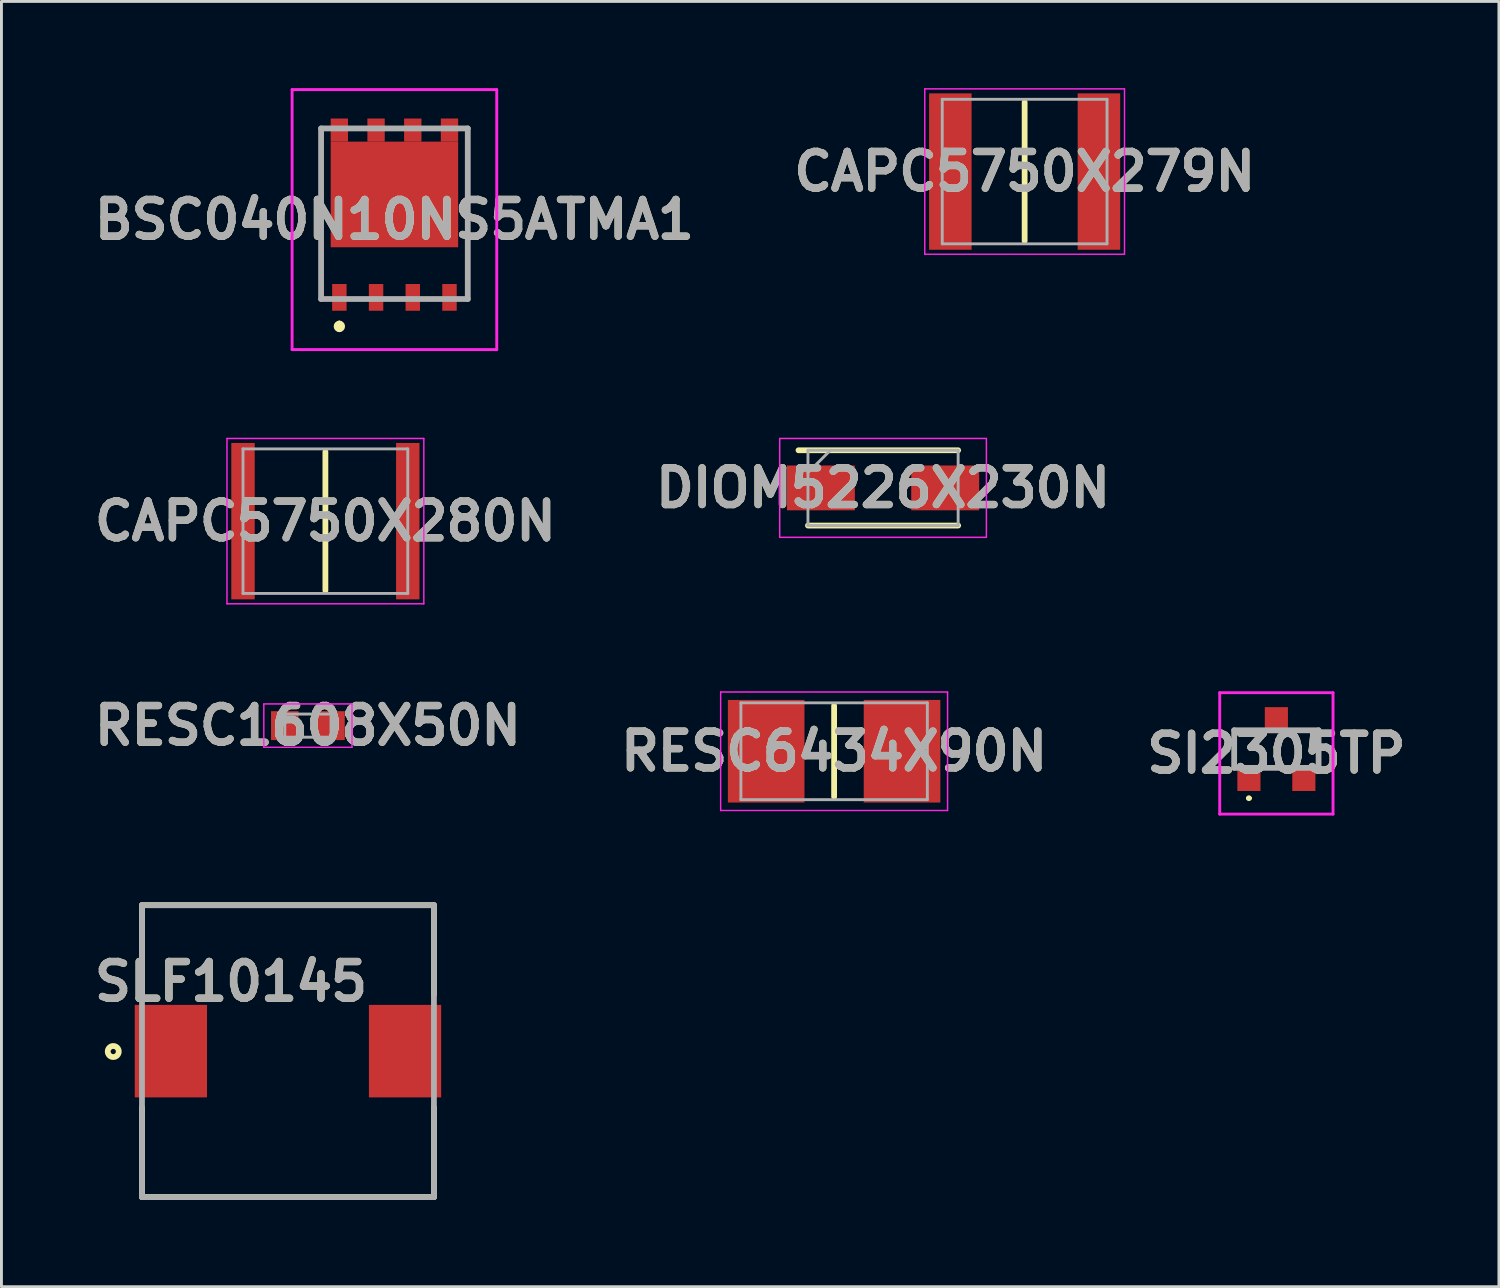
<source format=kicad_pcb>
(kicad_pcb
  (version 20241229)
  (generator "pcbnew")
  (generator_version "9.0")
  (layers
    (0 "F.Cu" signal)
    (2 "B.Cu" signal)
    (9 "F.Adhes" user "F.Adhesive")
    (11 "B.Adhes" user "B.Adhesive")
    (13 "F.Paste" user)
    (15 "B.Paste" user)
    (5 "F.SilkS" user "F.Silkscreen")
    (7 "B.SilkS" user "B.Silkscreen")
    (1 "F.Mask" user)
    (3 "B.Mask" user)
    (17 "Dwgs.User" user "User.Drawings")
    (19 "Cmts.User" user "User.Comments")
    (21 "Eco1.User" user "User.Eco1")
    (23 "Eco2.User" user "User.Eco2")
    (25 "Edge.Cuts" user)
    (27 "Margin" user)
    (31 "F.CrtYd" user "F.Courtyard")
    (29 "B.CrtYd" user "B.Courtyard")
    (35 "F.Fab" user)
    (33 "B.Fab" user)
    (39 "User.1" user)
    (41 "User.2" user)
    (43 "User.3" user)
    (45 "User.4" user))
  (footprint "RESC6434X90N"
    (layer "F.Cu")
    (at 25.806 22.939)
    (property "Reference" "RESC6434X90N" (at 0 0 0) (layer "F.SilkS") (effects (font (size 1.27 1.27) (thickness 0.254))))
    (attr smd)
    (fp_line (start 0 -1.575) (end 0 1.575) (stroke (width 0.2) (type solid)) (layer "F.SilkS"))
    (fp_line (start -3.925 -2.05) (end 3.925 -2.05) (stroke (width 0.05) (type solid)) (layer "F.CrtYd"))
    (fp_line (start -3.925 2.05) (end -3.925 -2.05) (stroke (width 0.05) (type solid)) (layer "F.CrtYd"))
    (fp_line (start 3.925 -2.05) (end 3.925 2.05) (stroke (width 0.05) (type solid)) (layer "F.CrtYd"))
    (fp_line (start 3.925 2.05) (end -3.925 2.05) (stroke (width 0.05) (type solid)) (layer "F.CrtYd"))
    (fp_line (start -3.225 -1.675) (end 3.225 -1.675) (stroke (width 0.1) (type solid)) (layer "F.Fab"))
    (fp_line (start -3.225 1.675) (end -3.225 -1.675) (stroke (width 0.1) (type solid)) (layer "F.Fab"))
    (fp_line (start 3.225 -1.675) (end 3.225 1.675) (stroke (width 0.1) (type solid)) (layer "F.Fab"))
    (fp_line (start 3.225 1.675) (end -3.225 1.675) (stroke (width 0.1) (type solid)) (layer "F.Fab"))
    (fp_text user "${REFERENCE}" (at 0 0 0) (layer "F.Fab") (effects (font (size 1.27 1.27) (thickness 0.254))))
    (pad "1" smd rect (at -2.35 0) (size 2.65 3.55) (layers "F.Cu" "F.Mask" "F.Paste"))
    (pad "2" smd rect (at 2.35 0) (size 2.65 3.55) (layers "F.Cu" "F.Mask" "F.Paste")))
  (footprint "CAPC5750X280N"
    (layer "F.Cu")
    (at 8.207 14.979)
    (property "Reference" "CAPC5750X280N" (at 0 0 0) (layer "F.SilkS") (effects (font (size 1.27 1.27) (thickness 0.254))))
    (attr smd)
    (fp_line (start 0 -2.4) (end 0 2.4) (stroke (width 0.2) (type solid)) (layer "F.SilkS"))
    (fp_line (start -3.405 -2.86) (end 3.405 -2.86) (stroke (width 0.05) (type solid)) (layer "F.CrtYd"))
    (fp_line (start -3.405 2.86) (end -3.405 -2.86) (stroke (width 0.05) (type solid)) (layer "F.CrtYd"))
    (fp_line (start 3.405 -2.86) (end 3.405 2.86) (stroke (width 0.05) (type solid)) (layer "F.CrtYd"))
    (fp_line (start 3.405 2.86) (end -3.405 2.86) (stroke (width 0.05) (type solid)) (layer "F.CrtYd"))
    (fp_line (start -2.85 -2.5) (end 2.85 -2.5) (stroke (width 0.1) (type solid)) (layer "F.Fab"))
    (fp_line (start -2.85 2.5) (end -2.85 -2.5) (stroke (width 0.1) (type solid)) (layer "F.Fab"))
    (fp_line (start 2.85 -2.5) (end 2.85 2.5) (stroke (width 0.1) (type solid)) (layer "F.Fab"))
    (fp_line (start 2.85 2.5) (end -2.85 2.5) (stroke (width 0.1) (type solid)) (layer "F.Fab"))
    (fp_text user "${REFERENCE}" (at 0 0 0) (layer "F.Fab") (effects (font (size 1.27 1.27) (thickness 0.254))))
    (pad "1" smd rect (at -2.85 0) (size 0.81 5.41) (layers "F.Cu" "F.Mask" "F.Paste"))
    (pad "2" smd rect (at 2.85 0) (size 0.81 5.41) (layers "F.Cu" "F.Mask" "F.Paste")))
  (footprint "DIOM5226X230N"
    (layer "F.Cu")
    (at 27.499 13.829)
    (property "Reference" "DIOM5226X230N" (at 0 0 0) (layer "F.SilkS") (effects (font (size 1.27 1.27) (thickness 0.254))))
    (attr smd)
    (fp_line (start -2.598 1.302) (end 2.598 1.302) (stroke (width 0.2) (type solid)) (layer "F.SilkS"))
    (fp_line (start 2.598 -1.302) (end -2.925 -1.302) (stroke (width 0.2) (type solid)) (layer "F.SilkS"))
    (fp_line (start -3.575 -1.71) (end 3.575 -1.71) (stroke (width 0.05) (type solid)) (layer "F.CrtYd"))
    (fp_line (start -3.575 1.71) (end -3.575 -1.71) (stroke (width 0.05) (type solid)) (layer "F.CrtYd"))
    (fp_line (start 3.575 -1.71) (end 3.575 1.71) (stroke (width 0.05) (type solid)) (layer "F.CrtYd"))
    (fp_line (start 3.575 1.71) (end -3.575 1.71) (stroke (width 0.05) (type solid)) (layer "F.CrtYd"))
    (fp_line (start -2.598 -1.302) (end 2.598 -1.302) (stroke (width 0.1) (type solid)) (layer "F.Fab"))
    (fp_line (start -2.598 -0.528) (end -1.822 -1.302) (stroke (width 0.1) (type solid)) (layer "F.Fab"))
    (fp_line (start -2.598 1.302) (end -2.598 -1.302) (stroke (width 0.1) (type solid)) (layer "F.Fab"))
    (fp_line (start 2.598 -1.302) (end 2.598 1.302) (stroke (width 0.1) (type solid)) (layer "F.Fab"))
    (fp_line (start 2.598 1.302) (end -2.598 1.302) (stroke (width 0.1) (type solid)) (layer "F.Fab"))
    (fp_text user "${REFERENCE}" (at 0 0 0) (layer "F.Fab") (effects (font (size 1.27 1.27) (thickness 0.254))))
    (pad "1" smd rect (at -2.15 0 90) (size 1.55 2.35) (layers "F.Cu" "F.Mask" "F.Paste"))
    (pad "2" smd rect (at 2.15 0 90) (size 1.55 2.35) (layers "F.Cu" "F.Mask" "F.Paste")))
  (footprint "SLF10145"
    (layer "F.Cu")
    (at 6.912 33.314)
    (property "Reference" "SLF10145" (at -1.971 -2.405 0) (layer "F.SilkS") (effects (font (size 1.27 1.27) (thickness 0.254))))
    (attr smd)
    (fp_line (start -5.05 -5.05) (end -5.05 -1.95) (stroke (width 0.2) (type solid)) (layer "F.SilkS"))
    (fp_line (start -5.05 -5.05) (end 5.05 -5.05) (stroke (width 0.2) (type solid)) (layer "F.SilkS"))
    (fp_line (start -5.05 5.05) (end -5.05 1.95) (stroke (width 0.2) (type solid)) (layer "F.SilkS"))
    (fp_line (start 5.05 -5.05) (end 5.05 -1.95) (stroke (width 0.2) (type solid)) (layer "F.SilkS"))
    (fp_line (start 5.05 5.05) (end -5.05 5.05) (stroke (width 0.2) (type solid)) (layer "F.SilkS"))
    (fp_line (start 5.05 5.05) (end 5.05 1.95) (stroke (width 0.2) (type solid)) (layer "F.SilkS"))
    (fp_circle (center -6.044 0.013) (end -6.044 0.104) (stroke (width 0.2) (type solid)) (fill no) (layer "F.SilkS"))
    (fp_line (start -5.05 -5.05) (end 5.05 -5.05) (stroke (width 0.2) (type solid)) (layer "F.Fab"))
    (fp_line (start -5.05 5.05) (end -5.05 -5.05) (stroke (width 0.2) (type solid)) (layer "F.Fab"))
    (fp_line (start 5.05 -5.05) (end 5.05 5.05) (stroke (width 0.2) (type solid)) (layer "F.Fab"))
    (fp_line (start 5.05 5.05) (end -5.05 5.05) (stroke (width 0.2) (type solid)) (layer "F.Fab"))
    (fp_text user "${REFERENCE}" (at -1.971 -2.405 0) (layer "F.Fab") (effects (font (size 1.27 1.27) (thickness 0.254))))
    (pad "1" smd rect (at -4.05 0) (size 2.5 3.2) (layers "F.Cu" "F.Mask" "F.Paste"))
    (pad "2" smd rect (at 4.05 0) (size 2.5 3.2) (layers "F.Cu" "F.Mask" "F.Paste")))
  (footprint "CAPC5750X279N"
    (layer "F.Cu")
    (at 32.397 2.885)
    (property "Reference" "CAPC5750X279N" (at 0 0 0) (layer "F.SilkS") (effects (font (size 1.27 1.27) (thickness 0.254))))
    (attr smd)
    (fp_line (start 0 -2.4) (end 0 2.4) (stroke (width 0.2) (type solid)) (layer "F.SilkS"))
    (fp_line (start -3.455 -2.86) (end 3.455 -2.86) (stroke (width 0.05) (type solid)) (layer "F.CrtYd"))
    (fp_line (start -3.455 2.86) (end -3.455 -2.86) (stroke (width 0.05) (type solid)) (layer "F.CrtYd"))
    (fp_line (start 3.455 -2.86) (end 3.455 2.86) (stroke (width 0.05) (type solid)) (layer "F.CrtYd"))
    (fp_line (start 3.455 2.86) (end -3.455 2.86) (stroke (width 0.05) (type solid)) (layer "F.CrtYd"))
    (fp_line (start -2.85 -2.5) (end 2.85 -2.5) (stroke (width 0.1) (type solid)) (layer "F.Fab"))
    (fp_line (start -2.85 2.5) (end -2.85 -2.5) (stroke (width 0.1) (type solid)) (layer "F.Fab"))
    (fp_line (start 2.85 -2.5) (end 2.85 2.5) (stroke (width 0.1) (type solid)) (layer "F.Fab"))
    (fp_line (start 2.85 2.5) (end -2.85 2.5) (stroke (width 0.1) (type solid)) (layer "F.Fab"))
    (fp_text user "${REFERENCE}" (at 0 0 0) (layer "F.Fab") (effects (font (size 1.27 1.27) (thickness 0.254))))
    (pad "1" smd rect (at -2.57 0) (size 1.47 5.41) (layers "F.Cu" "F.Mask" "F.Paste"))
    (pad "2" smd rect (at 2.57 0) (size 1.47 5.41) (layers "F.Cu" "F.Mask" "F.Paste")))
  (footprint "SI2305TP"
    (layer "F.Cu")
    (at 41.106 22.864)
    (property "Reference" "SI2305TP" (at 0 0.15 0) (layer "F.SilkS") (effects (font (size 1.27 1.27) (thickness 0.254))))
    (attr smd)
    (fp_line (start -1.46 -0.65) (end -0.6 -0.65) (stroke (width 0.1) (type solid)) (layer "F.SilkS"))
    (fp_line (start -1.46 0.4) (end -1.46 -0.65) (stroke (width 0.1) (type solid)) (layer "F.SilkS"))
    (fp_line (start -1 1.7) (end -1 1.7) (stroke (width 0.1) (type solid)) (layer "F.SilkS"))
    (fp_line (start -0.9 1.7) (end -0.9 1.7) (stroke (width 0.1) (type solid)) (layer "F.SilkS"))
    (fp_line (start -0.4 0.65) (end 0.4 0.65) (stroke (width 0.1) (type solid)) (layer "F.SilkS"))
    (fp_line (start 0.6 -0.65) (end 1.46 -0.65) (stroke (width 0.1) (type solid)) (layer "F.SilkS"))
    (fp_line (start 1.46 -0.65) (end 1.46 0.4) (stroke (width 0.1) (type solid)) (layer "F.SilkS"))
    (fp_arc (start -1 1.7) (mid -0.95 1.65) (end -0.9 1.7) (stroke (width 0.1) (type solid)) (layer "F.SilkS"))
    (fp_arc (start -0.9 1.7) (mid -0.95 1.75) (end -1 1.7) (stroke (width 0.1) (type solid)) (layer "F.SilkS"))
    (fp_line (start -1.96 -1.95) (end 1.96 -1.95) (stroke (width 0.1) (type solid)) (layer "F.CrtYd"))
    (fp_line (start -1.96 2.25) (end -1.96 -1.95) (stroke (width 0.1) (type solid)) (layer "F.CrtYd"))
    (fp_line (start 1.96 -1.95) (end 1.96 2.25) (stroke (width 0.1) (type solid)) (layer "F.CrtYd"))
    (fp_line (start 1.96 2.25) (end -1.96 2.25) (stroke (width 0.1) (type solid)) (layer "F.CrtYd"))
    (fp_line (start -1.46 -0.65) (end 1.46 -0.65) (stroke (width 0.2) (type solid)) (layer "F.Fab"))
    (fp_line (start -1.46 0.65) (end -1.46 -0.65) (stroke (width 0.2) (type solid)) (layer "F.Fab"))
    (fp_line (start 1.46 -0.65) (end 1.46 0.65) (stroke (width 0.2) (type solid)) (layer "F.Fab"))
    (fp_line (start 1.46 0.65) (end -1.46 0.65) (stroke (width 0.2) (type solid)) (layer "F.Fab"))
    (fp_text user "${REFERENCE}" (at 0 0.15 0) (layer "F.Fab") (effects (font (size 1.27 1.27) (thickness 0.254))))
    (pad "1" smd rect (at -0.95 1) (size 0.8 0.9) (layers "F.Cu" "F.Mask" "F.Paste"))
    (pad "2" smd rect (at 0.95 1) (size 0.8 0.9) (layers "F.Cu" "F.Mask" "F.Paste"))
    (pad "3" smd rect (at 0 -1) (size 0.8 0.9) (layers "F.Cu" "F.Mask" "F.Paste")))
  (footprint "BSC040N10NS5ATMA1"
    (layer "F.Cu")
    (at 10.595 3.677)
    (property "Reference" "BSC040N10NS5ATMA1" (at 0 0.87 0) (layer "F.SilkS") (effects (font (size 1.27 1.27) (thickness 0.254))))
    (attr smd)
    (fp_line (start -2.54 -2.283) (end -2.537 3.561) (stroke (width 0.1) (type solid)) (layer "F.SilkS"))
    (fp_line (start -1.905 4.467) (end -1.905 4.467) (stroke (width 0.2) (type solid)) (layer "F.SilkS"))
    (fp_line (start -1.905 4.661) (end -1.905 4.661) (stroke (width 0.2) (type solid)) (layer "F.SilkS"))
    (fp_line (start -0.1 3.6) (end 0.1 3.6) (stroke (width 0.1) (type solid)) (layer "F.SilkS"))
    (fp_line (start 2.538 -2.227) (end 2.54 3.617) (stroke (width 0.1) (type solid)) (layer "F.SilkS"))
    (fp_arc (start -1.905 4.467) (mid -1.808 4.564) (end -1.905 4.661) (stroke (width 0.2) (type solid)) (layer "F.SilkS"))
    (fp_arc (start -1.905 4.661) (mid -2.002 4.564) (end -1.905 4.467) (stroke (width 0.2) (type solid)) (layer "F.SilkS"))
    (fp_line (start -3.54 -3.627) (end 3.54 -3.627) (stroke (width 0.1) (type solid)) (layer "F.CrtYd"))
    (fp_line (start -3.54 5.367) (end -3.54 -3.627) (stroke (width 0.1) (type solid)) (layer "F.CrtYd"))
    (fp_line (start 3.54 -3.627) (end 3.54 5.367) (stroke (width 0.1) (type solid)) (layer "F.CrtYd"))
    (fp_line (start 3.54 5.367) (end -3.54 5.367) (stroke (width 0.1) (type solid)) (layer "F.CrtYd"))
    (fp_line (start -2.537 -2.283) (end 2.538 -2.283) (stroke (width 0.2) (type solid)) (layer "F.Fab"))
    (fp_line (start -2.537 3.617) (end -2.537 -2.283) (stroke (width 0.2) (type solid)) (layer "F.Fab"))
    (fp_line (start 2.538 -2.283) (end 2.538 3.617) (stroke (width 0.2) (type solid)) (layer "F.Fab"))
    (fp_line (start 2.538 3.617) (end -2.537 3.617) (stroke (width 0.2) (type solid)) (layer "F.Fab"))
    (fp_text user "${REFERENCE}" (at 0 0.87 0) (layer "F.Fab") (effects (font (size 1.27 1.27) (thickness 0.254))))
    (pad "1" smd rect (at -1.905 3.561) (size 0.5 0.925) (layers "F.Cu" "F.Mask" "F.Paste"))
    (pad "2" smd rect (at -0.635 3.561) (size 0.5 0.925) (layers "F.Cu" "F.Mask" "F.Paste"))
    (pad "3" smd rect (at 0.635 3.561) (size 0.5 0.925) (layers "F.Cu" "F.Mask" "F.Paste"))
    (pad "4" smd rect (at 1.905 3.561) (size 0.5 0.925) (layers "F.Cu" "F.Mask" "F.Paste"))
    (pad "5" smd rect (at 1.905 -2.227) (size 0.6 0.8) (layers "F.Cu" "F.Mask" "F.Paste"))
    (pad "6" smd rect (at 0.635 -2.227) (size 0.6 0.8) (layers "F.Cu" "F.Mask" "F.Paste"))
    (pad "7" smd rect (at -0.635 -2.227) (size 0.6 0.8) (layers "F.Cu" "F.Mask" "F.Paste"))
    (pad "8" smd rect (at -1.905 -2.227) (size 0.6 0.8) (layers "F.Cu" "F.Mask" "F.Paste"))
    (pad "9" smd rect (at 0 0 90) (size 3.655 4.41) (layers "F.Cu" "F.Mask" "F.Paste")))
  (footprint "RESC1608X50N"
    (layer "F.Cu")
    (at 7.602 22.053)
    (property "Reference" "RESC1608X50N" (at 0 0 0) (layer "F.SilkS") (effects (font (size 1.27 1.27) (thickness 0.254))))
    (attr smd)
    (fp_line (start -1.525 -0.75) (end 1.525 -0.75) (stroke (width 0.05) (type solid)) (layer "F.CrtYd"))
    (fp_line (start -1.525 0.75) (end -1.525 -0.75) (stroke (width 0.05) (type solid)) (layer "F.CrtYd"))
    (fp_line (start 1.525 -0.75) (end 1.525 0.75) (stroke (width 0.05) (type solid)) (layer "F.CrtYd"))
    (fp_line (start 1.525 0.75) (end -1.525 0.75) (stroke (width 0.05) (type solid)) (layer "F.CrtYd"))
    (fp_line (start -0.8 -0.4) (end 0.8 -0.4) (stroke (width 0.1) (type solid)) (layer "F.Fab"))
    (fp_line (start -0.8 0.4) (end -0.8 -0.4) (stroke (width 0.1) (type solid)) (layer "F.Fab"))
    (fp_line (start 0.8 -0.4) (end 0.8 0.4) (stroke (width 0.1) (type solid)) (layer "F.Fab"))
    (fp_line (start 0.8 0.4) (end -0.8 0.4) (stroke (width 0.1) (type solid)) (layer "F.Fab"))
    (fp_text user "${REFERENCE}" (at 0 0 0) (layer "F.Fab") (effects (font (size 1.27 1.27) (thickness 0.254))))
    (pad "1" smd rect (at -0.8 0) (size 0.95 1) (layers "F.Cu" "F.Mask" "F.Paste"))
    (pad "2" smd rect (at 0.8 0) (size 0.95 1) (layers "F.Cu" "F.Mask" "F.Paste")))
  (gr_rect
    (start -3 -3)
    (end 48.805 41.464)
    (stroke (width 0.1) (type default))
    (fill no)
    (layer "Edge.Cuts")))
</source>
